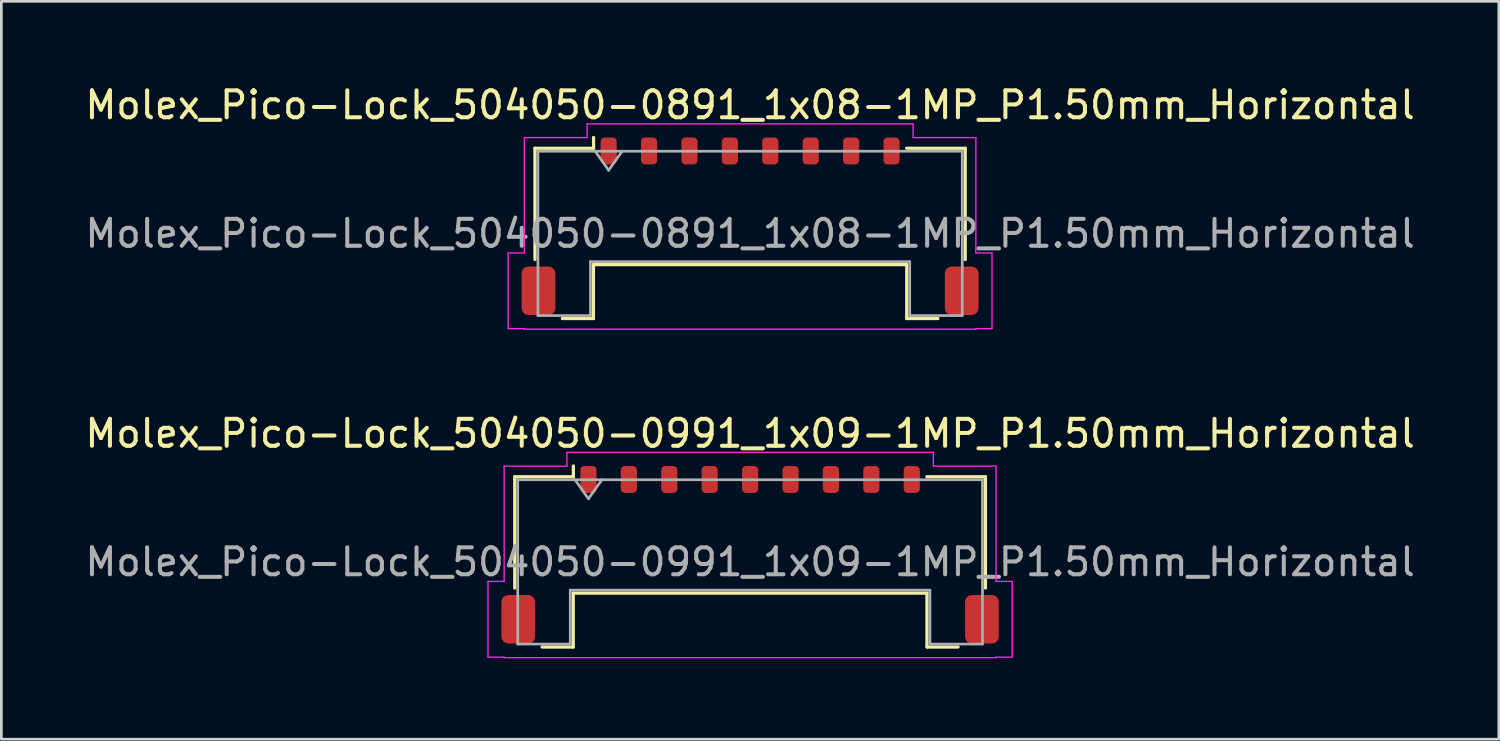
<source format=kicad_pcb>
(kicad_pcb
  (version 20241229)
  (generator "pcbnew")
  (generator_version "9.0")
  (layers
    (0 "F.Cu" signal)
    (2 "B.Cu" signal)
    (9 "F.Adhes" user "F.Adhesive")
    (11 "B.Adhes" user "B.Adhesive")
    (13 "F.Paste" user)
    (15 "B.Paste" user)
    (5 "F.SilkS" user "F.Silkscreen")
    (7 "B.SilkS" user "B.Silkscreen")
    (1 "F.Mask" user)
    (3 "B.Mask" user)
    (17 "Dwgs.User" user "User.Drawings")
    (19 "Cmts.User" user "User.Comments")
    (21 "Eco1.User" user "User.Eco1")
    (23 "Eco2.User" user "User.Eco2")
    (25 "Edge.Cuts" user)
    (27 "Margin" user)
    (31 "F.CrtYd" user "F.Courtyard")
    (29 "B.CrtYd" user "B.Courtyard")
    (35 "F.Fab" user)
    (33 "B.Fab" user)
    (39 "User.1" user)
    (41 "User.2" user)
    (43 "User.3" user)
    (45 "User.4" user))
  (footprint "Molex_Pico-Lock_504050-0891_1x08-1MP_P1.50mm_Horizontal"
    (layer "F.Cu")
    (at 24.792 5.348)
    (property "Reference" "Molex_Pico-Lock_504050-0891_1x08-1MP_P1.50mm_Horizontal" (at 0 -4.5 0) (layer "F.SilkS") (effects (font (size 1 1) (thickness 0.15))))
    (attr smd)
    (fp_line (start -7.985 -2.895) (end -5.81 -2.895) (stroke (width 0.12) (type solid)) (layer "F.SilkS"))
    (fp_line (start -7.985 1.235) (end -7.985 -2.895) (stroke (width 0.12) (type solid)) (layer "F.SilkS"))
    (fp_line (start -6.97 3.425) (end -5.815 3.425) (stroke (width 0.12) (type solid)) (layer "F.SilkS"))
    (fp_line (start -5.815 1.425) (end 5.815 1.425) (stroke (width 0.12) (type solid)) (layer "F.SilkS"))
    (fp_line (start -5.815 3.425) (end -5.815 1.425) (stroke (width 0.12) (type solid)) (layer "F.SilkS"))
    (fp_line (start -5.81 -2.895) (end -5.81 -3.295) (stroke (width 0.12) (type solid)) (layer "F.SilkS"))
    (fp_line (start 5.815 1.425) (end 5.815 3.425) (stroke (width 0.12) (type solid)) (layer "F.SilkS"))
    (fp_line (start 5.815 3.425) (end 6.97 3.425) (stroke (width 0.12) (type solid)) (layer "F.SilkS"))
    (fp_line (start 7.985 -2.895) (end 5.81 -2.895) (stroke (width 0.12) (type solid)) (layer "F.SilkS"))
    (fp_line (start 7.985 1.235) (end 7.985 -2.895) (stroke (width 0.12) (type solid)) (layer "F.SilkS"))
    (fp_line (start -8.98 0.99) (end -8.38 0.99) (stroke (width 0.05) (type solid)) (layer "F.CrtYd"))
    (fp_line (start -8.98 3.8) (end -8.98 0.99) (stroke (width 0.05) (type solid)) (layer "F.CrtYd"))
    (fp_line (start -8.38 -3.29) (end -6.05 -3.29) (stroke (width 0.05) (type solid)) (layer "F.CrtYd"))
    (fp_line (start -8.38 0.99) (end -8.38 -3.29) (stroke (width 0.05) (type solid)) (layer "F.CrtYd"))
    (fp_line (start -8.38 3.8) (end -8.98 3.8) (stroke (width 0.05) (type solid)) (layer "F.CrtYd"))
    (fp_line (start -8.38 3.82) (end -8.38 3.8) (stroke (width 0.05) (type solid)) (layer "F.CrtYd"))
    (fp_line (start -6.05 -3.8) (end 6.05 -3.8) (stroke (width 0.05) (type solid)) (layer "F.CrtYd"))
    (fp_line (start -6.05 -3.29) (end -6.05 -3.8) (stroke (width 0.05) (type solid)) (layer "F.CrtYd"))
    (fp_line (start 6.05 -3.8) (end 6.05 -3.29) (stroke (width 0.05) (type solid)) (layer "F.CrtYd"))
    (fp_line (start 6.05 -3.29) (end 8.38 -3.29) (stroke (width 0.05) (type solid)) (layer "F.CrtYd"))
    (fp_line (start 8.38 -3.29) (end 8.38 0.99) (stroke (width 0.05) (type solid)) (layer "F.CrtYd"))
    (fp_line (start 8.38 0.99) (end 8.98 0.99) (stroke (width 0.05) (type solid)) (layer "F.CrtYd"))
    (fp_line (start 8.38 3.8) (end 8.38 3.82) (stroke (width 0.05) (type solid)) (layer "F.CrtYd"))
    (fp_line (start 8.38 3.82) (end -8.38 3.82) (stroke (width 0.05) (type solid)) (layer "F.CrtYd"))
    (fp_line (start 8.98 0.99) (end 8.98 3.8) (stroke (width 0.05) (type solid)) (layer "F.CrtYd"))
    (fp_line (start 8.98 3.8) (end 8.38 3.8) (stroke (width 0.05) (type solid)) (layer "F.CrtYd"))
    (fp_line (start -7.875 -2.785) (end -7.875 3.315) (stroke (width 0.1) (type solid)) (layer "F.Fab"))
    (fp_line (start -7.875 -2.785) (end 7.875 -2.785) (stroke (width 0.1) (type solid)) (layer "F.Fab"))
    (fp_line (start -7.875 3.315) (end -5.925 3.315) (stroke (width 0.1) (type solid)) (layer "F.Fab"))
    (fp_line (start -5.925 1.315) (end 5.925 1.315) (stroke (width 0.1) (type solid)) (layer "F.Fab"))
    (fp_line (start -5.925 3.315) (end -5.925 1.315) (stroke (width 0.1) (type solid)) (layer "F.Fab"))
    (fp_line (start -5.75 -2.785) (end -5.25 -2.078) (stroke (width 0.1) (type solid)) (layer "F.Fab"))
    (fp_line (start -5.25 -2.078) (end -4.75 -2.785) (stroke (width 0.1) (type solid)) (layer "F.Fab"))
    (fp_line (start 5.925 1.315) (end 5.925 3.315) (stroke (width 0.1) (type solid)) (layer "F.Fab"))
    (fp_line (start 5.925 3.315) (end 7.875 3.315) (stroke (width 0.1) (type solid)) (layer "F.Fab"))
    (fp_line (start 7.875 -2.785) (end 7.875 3.315) (stroke (width 0.1) (type solid)) (layer "F.Fab"))
    (fp_text user "${REFERENCE}" (at 0 0.27 0) (layer "F.Fab") (effects (font (size 1 1) (thickness 0.15))))
    (pad "1" smd roundrect (at -5.25 -2.795) (size 0.6 1) (layers "F.Cu" "F.Mask" "F.Paste") (roundrect_rratio 0.25))
    (pad "2" smd roundrect (at -3.75 -2.795) (size 0.6 1) (layers "F.Cu" "F.Mask" "F.Paste") (roundrect_rratio 0.25))
    (pad "3" smd roundrect (at -2.25 -2.795) (size 0.6 1) (layers "F.Cu" "F.Mask" "F.Paste") (roundrect_rratio 0.25))
    (pad "4" smd roundrect (at -0.75 -2.795) (size 0.6 1) (layers "F.Cu" "F.Mask" "F.Paste") (roundrect_rratio 0.25))
    (pad "5" smd roundrect (at 0.75 -2.795) (size 0.6 1) (layers "F.Cu" "F.Mask" "F.Paste") (roundrect_rratio 0.25))
    (pad "6" smd roundrect (at 2.25 -2.795) (size 0.6 1) (layers "F.Cu" "F.Mask" "F.Paste") (roundrect_rratio 0.25))
    (pad "7" smd roundrect (at 3.75 -2.795) (size 0.6 1) (layers "F.Cu" "F.Mask" "F.Paste") (roundrect_rratio 0.25))
    (pad "8" smd roundrect (at 5.25 -2.795) (size 0.6 1) (layers "F.Cu" "F.Mask" "F.Paste") (roundrect_rratio 0.25))
    (pad "MP" smd roundrect (at -7.855 2.395) (size 1.25 1.8) (layers "F.Cu" "F.Mask" "F.Paste") (roundrect_rratio 0.2))
    (pad "MP" smd roundrect (at 7.855 2.395) (size 1.25 1.8) (layers "F.Cu" "F.Mask" "F.Paste") (roundrect_rratio 0.2)))
  (footprint "Molex_Pico-Lock_504050-0991_1x09-1MP_P1.50mm_Horizontal"
    (layer "F.Cu")
    (at 24.792 17.541)
    (property "Reference" "Molex_Pico-Lock_504050-0991_1x09-1MP_P1.50mm_Horizontal" (at 0 -4.5 0) (layer "F.SilkS") (effects (font (size 1 1) (thickness 0.15))))
    (attr smd)
    (fp_line (start -8.735 -2.895) (end -6.56 -2.895) (stroke (width 0.12) (type solid)) (layer "F.SilkS"))
    (fp_line (start -8.735 1.235) (end -8.735 -2.895) (stroke (width 0.12) (type solid)) (layer "F.SilkS"))
    (fp_line (start -7.72 3.425) (end -6.565 3.425) (stroke (width 0.12) (type solid)) (layer "F.SilkS"))
    (fp_line (start -6.565 1.425) (end 6.565 1.425) (stroke (width 0.12) (type solid)) (layer "F.SilkS"))
    (fp_line (start -6.565 3.425) (end -6.565 1.425) (stroke (width 0.12) (type solid)) (layer "F.SilkS"))
    (fp_line (start -6.56 -2.895) (end -6.56 -3.295) (stroke (width 0.12) (type solid)) (layer "F.SilkS"))
    (fp_line (start 6.565 1.425) (end 6.565 3.425) (stroke (width 0.12) (type solid)) (layer "F.SilkS"))
    (fp_line (start 6.565 3.425) (end 7.72 3.425) (stroke (width 0.12) (type solid)) (layer "F.SilkS"))
    (fp_line (start 8.735 -2.895) (end 6.56 -2.895) (stroke (width 0.12) (type solid)) (layer "F.SilkS"))
    (fp_line (start 8.735 1.235) (end 8.735 -2.895) (stroke (width 0.12) (type solid)) (layer "F.SilkS"))
    (fp_line (start -9.73 0.99) (end -9.13 0.99) (stroke (width 0.05) (type solid)) (layer "F.CrtYd"))
    (fp_line (start -9.73 3.8) (end -9.73 0.99) (stroke (width 0.05) (type solid)) (layer "F.CrtYd"))
    (fp_line (start -9.13 -3.29) (end -6.8 -3.29) (stroke (width 0.05) (type solid)) (layer "F.CrtYd"))
    (fp_line (start -9.13 0.99) (end -9.13 -3.29) (stroke (width 0.05) (type solid)) (layer "F.CrtYd"))
    (fp_line (start -9.13 3.8) (end -9.73 3.8) (stroke (width 0.05) (type solid)) (layer "F.CrtYd"))
    (fp_line (start -9.13 3.82) (end -9.13 3.8) (stroke (width 0.05) (type solid)) (layer "F.CrtYd"))
    (fp_line (start -6.8 -3.8) (end 6.8 -3.8) (stroke (width 0.05) (type solid)) (layer "F.CrtYd"))
    (fp_line (start -6.8 -3.29) (end -6.8 -3.8) (stroke (width 0.05) (type solid)) (layer "F.CrtYd"))
    (fp_line (start 6.8 -3.8) (end 6.8 -3.29) (stroke (width 0.05) (type solid)) (layer "F.CrtYd"))
    (fp_line (start 6.8 -3.29) (end 9.13 -3.29) (stroke (width 0.05) (type solid)) (layer "F.CrtYd"))
    (fp_line (start 9.13 -3.29) (end 9.13 0.99) (stroke (width 0.05) (type solid)) (layer "F.CrtYd"))
    (fp_line (start 9.13 0.99) (end 9.73 0.99) (stroke (width 0.05) (type solid)) (layer "F.CrtYd"))
    (fp_line (start 9.13 3.8) (end 9.13 3.82) (stroke (width 0.05) (type solid)) (layer "F.CrtYd"))
    (fp_line (start 9.13 3.82) (end -9.13 3.82) (stroke (width 0.05) (type solid)) (layer "F.CrtYd"))
    (fp_line (start 9.73 0.99) (end 9.73 3.8) (stroke (width 0.05) (type solid)) (layer "F.CrtYd"))
    (fp_line (start 9.73 3.8) (end 9.13 3.8) (stroke (width 0.05) (type solid)) (layer "F.CrtYd"))
    (fp_line (start -8.625 -2.785) (end -8.625 3.315) (stroke (width 0.1) (type solid)) (layer "F.Fab"))
    (fp_line (start -8.625 -2.785) (end 8.625 -2.785) (stroke (width 0.1) (type solid)) (layer "F.Fab"))
    (fp_line (start -8.625 3.315) (end -6.675 3.315) (stroke (width 0.1) (type solid)) (layer "F.Fab"))
    (fp_line (start -6.675 1.315) (end 6.675 1.315) (stroke (width 0.1) (type solid)) (layer "F.Fab"))
    (fp_line (start -6.675 3.315) (end -6.675 1.315) (stroke (width 0.1) (type solid)) (layer "F.Fab"))
    (fp_line (start -6.5 -2.785) (end -6 -2.078) (stroke (width 0.1) (type solid)) (layer "F.Fab"))
    (fp_line (start -6 -2.078) (end -5.5 -2.785) (stroke (width 0.1) (type solid)) (layer "F.Fab"))
    (fp_line (start 6.675 1.315) (end 6.675 3.315) (stroke (width 0.1) (type solid)) (layer "F.Fab"))
    (fp_line (start 6.675 3.315) (end 8.625 3.315) (stroke (width 0.1) (type solid)) (layer "F.Fab"))
    (fp_line (start 8.625 -2.785) (end 8.625 3.315) (stroke (width 0.1) (type solid)) (layer "F.Fab"))
    (fp_text user "${REFERENCE}" (at 0 0.27 0) (layer "F.Fab") (effects (font (size 1 1) (thickness 0.15))))
    (pad "1" smd roundrect (at -6 -2.795) (size 0.6 1) (layers "F.Cu" "F.Mask" "F.Paste") (roundrect_rratio 0.25))
    (pad "2" smd roundrect (at -4.5 -2.795) (size 0.6 1) (layers "F.Cu" "F.Mask" "F.Paste") (roundrect_rratio 0.25))
    (pad "3" smd roundrect (at -3 -2.795) (size 0.6 1) (layers "F.Cu" "F.Mask" "F.Paste") (roundrect_rratio 0.25))
    (pad "4" smd roundrect (at -1.5 -2.795) (size 0.6 1) (layers "F.Cu" "F.Mask" "F.Paste") (roundrect_rratio 0.25))
    (pad "5" smd roundrect (at 0 -2.795) (size 0.6 1) (layers "F.Cu" "F.Mask" "F.Paste") (roundrect_rratio 0.25))
    (pad "6" smd roundrect (at 1.5 -2.795) (size 0.6 1) (layers "F.Cu" "F.Mask" "F.Paste") (roundrect_rratio 0.25))
    (pad "7" smd roundrect (at 3 -2.795) (size 0.6 1) (layers "F.Cu" "F.Mask" "F.Paste") (roundrect_rratio 0.25))
    (pad "8" smd roundrect (at 4.5 -2.795) (size 0.6 1) (layers "F.Cu" "F.Mask" "F.Paste") (roundrect_rratio 0.25))
    (pad "9" smd roundrect (at 6 -2.795) (size 0.6 1) (layers "F.Cu" "F.Mask" "F.Paste") (roundrect_rratio 0.25))
    (pad "MP" smd roundrect (at -8.605 2.395) (size 1.25 1.8) (layers "F.Cu" "F.Mask" "F.Paste") (roundrect_rratio 0.2))
    (pad "MP" smd roundrect (at 8.605 2.395) (size 1.25 1.8) (layers "F.Cu" "F.Mask" "F.Paste") (roundrect_rratio 0.2)))
  (gr_rect
    (start -3 -3)
    (end 52.583 24.387)
    (stroke (width 0.1) (type default))
    (fill no)
    (layer "Edge.Cuts")))
</source>
